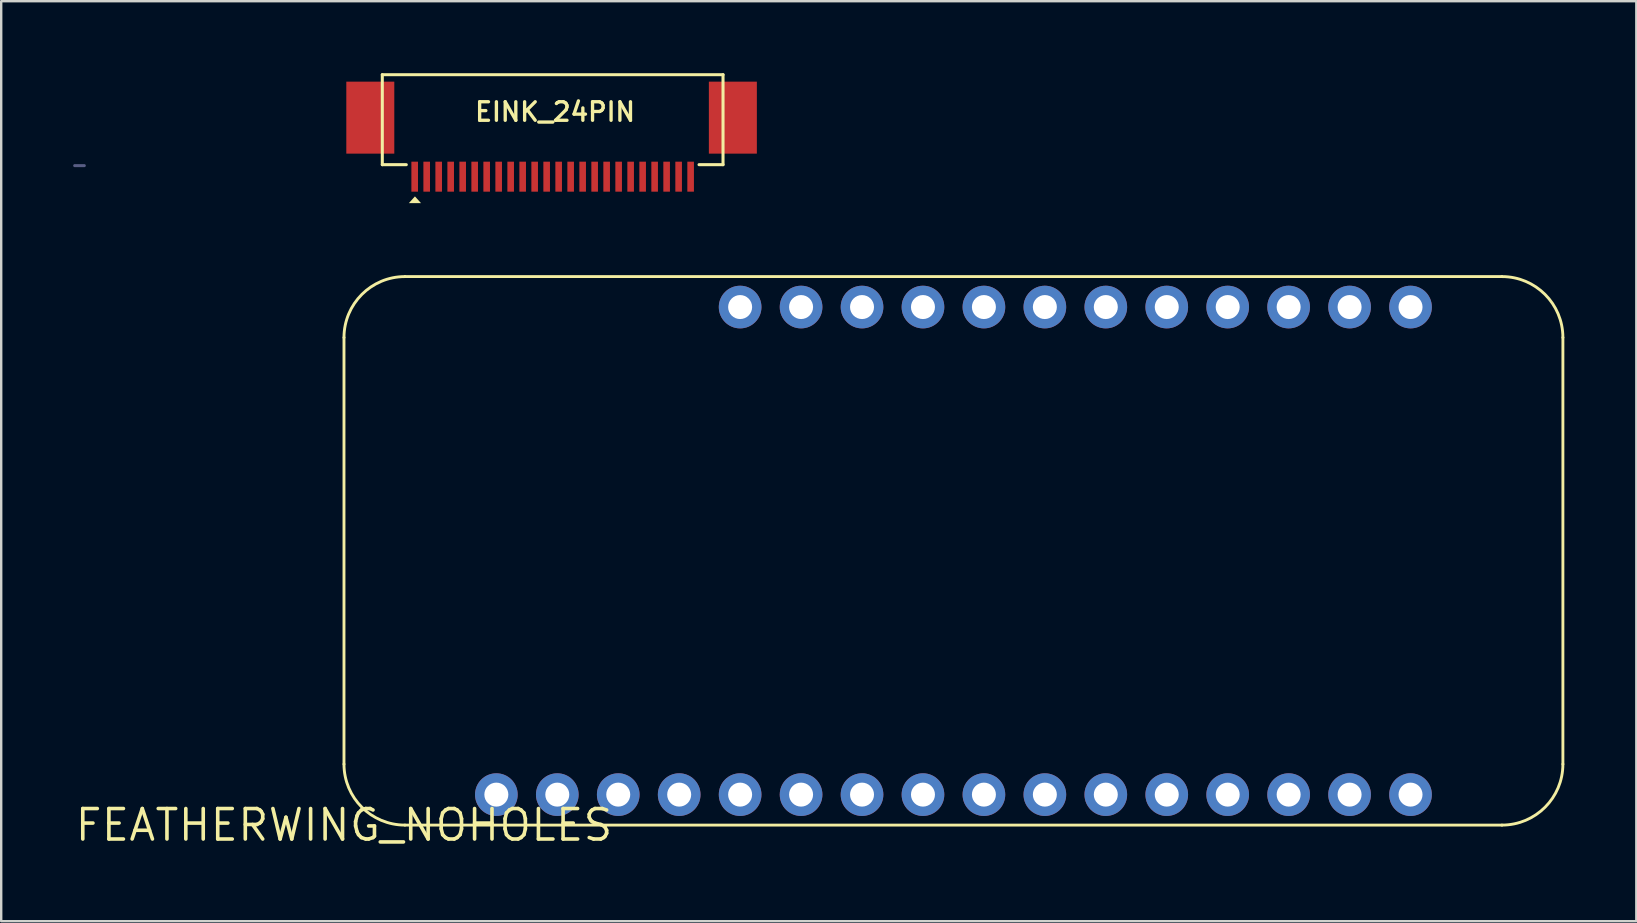
<source format=kicad_pcb>
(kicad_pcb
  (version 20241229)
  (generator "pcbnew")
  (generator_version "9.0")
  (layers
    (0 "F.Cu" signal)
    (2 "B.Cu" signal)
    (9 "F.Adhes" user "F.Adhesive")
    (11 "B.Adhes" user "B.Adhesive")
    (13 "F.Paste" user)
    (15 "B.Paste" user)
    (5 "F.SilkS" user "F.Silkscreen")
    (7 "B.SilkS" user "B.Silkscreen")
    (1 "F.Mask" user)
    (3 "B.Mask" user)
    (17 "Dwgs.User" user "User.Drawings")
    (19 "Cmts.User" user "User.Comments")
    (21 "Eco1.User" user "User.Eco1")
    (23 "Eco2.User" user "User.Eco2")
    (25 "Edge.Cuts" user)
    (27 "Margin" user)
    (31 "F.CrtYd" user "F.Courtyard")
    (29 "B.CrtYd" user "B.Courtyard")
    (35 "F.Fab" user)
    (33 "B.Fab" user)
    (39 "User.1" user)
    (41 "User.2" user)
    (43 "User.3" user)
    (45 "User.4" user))
  (footprint "EINK_24PIN"
    (layer "F.Cu")
    (at 19.983 2.063)
    (property "Reference" "EINK_24PIN" (at 0.1 -0.45 180) (layer "F.SilkS") (effects (font (size 0.772 0.772) (thickness 0.139))))
    (attr through_hole)
    (fp_line (start -7.1 -2) (end 7.1 -2) (stroke (width 0.127) (type solid)) (layer "F.SilkS"))
    (fp_line (start -7.1 1.75) (end -7.1 -2) (stroke (width 0.127) (type solid)) (layer "F.SilkS"))
    (fp_line (start -6.1 1.75) (end -7.1 1.75) (stroke (width 0.127) (type solid)) (layer "F.SilkS"))
    (fp_line (start 7.1 -2) (end 7.1 1.75) (stroke (width 0.127) (type solid)) (layer "F.SilkS"))
    (fp_line (start 7.1 1.75) (end 6.1 1.75) (stroke (width 0.127) (type solid)) (layer "F.SilkS"))
    (fp_poly (pts (xy -5.994 3.353) (xy -5.486 3.353) (xy -5.74 3.072)) (stroke (width 0) (type solid)) (fill yes) (layer "F.SilkS"))
    (fp_line (start -19.92 1.79) (end -19.52 1.79) (stroke (width 0.127) (type solid)) (layer "B.Fab"))
    (pad "1" smd rect (at -5.75 2.25) (size 0.275 1.25) (layers "F.Cu" "F.Mask" "F.Paste"))
    (pad "2" smd rect (at -5.25 2.25) (size 0.275 1.25) (layers "F.Cu" "F.Mask" "F.Paste"))
    (pad "3" smd rect (at -4.75 2.25) (size 0.275 1.25) (layers "F.Cu" "F.Mask" "F.Paste"))
    (pad "4" smd rect (at -4.25 2.25) (size 0.275 1.25) (layers "F.Cu" "F.Mask" "F.Paste"))
    (pad "5" smd rect (at -3.75 2.25) (size 0.275 1.25) (layers "F.Cu" "F.Mask" "F.Paste"))
    (pad "6" smd rect (at -3.25 2.25) (size 0.275 1.25) (layers "F.Cu" "F.Mask" "F.Paste"))
    (pad "7" smd rect (at -2.75 2.25) (size 0.275 1.25) (layers "F.Cu" "F.Mask" "F.Paste"))
    (pad "8" smd rect (at -2.25 2.25) (size 0.275 1.25) (layers "F.Cu" "F.Mask" "F.Paste"))
    (pad "9" smd rect (at -1.75 2.25) (size 0.275 1.25) (layers "F.Cu" "F.Mask" "F.Paste"))
    (pad "10" smd rect (at -1.25 2.25) (size 0.275 1.25) (layers "F.Cu" "F.Mask" "F.Paste"))
    (pad "11" smd rect (at -0.75 2.25) (size 0.275 1.25) (layers "F.Cu" "F.Mask" "F.Paste"))
    (pad "12" smd rect (at -0.25 2.25) (size 0.275 1.25) (layers "F.Cu" "F.Mask" "F.Paste"))
    (pad "13" smd rect (at 0.25 2.25) (size 0.275 1.25) (layers "F.Cu" "F.Mask" "F.Paste"))
    (pad "14" smd rect (at 0.75 2.25) (size 0.275 1.25) (layers "F.Cu" "F.Mask" "F.Paste"))
    (pad "15" smd rect (at 1.25 2.25) (size 0.275 1.25) (layers "F.Cu" "F.Mask" "F.Paste"))
    (pad "16" smd rect (at 1.75 2.25) (size 0.275 1.25) (layers "F.Cu" "F.Mask" "F.Paste"))
    (pad "17" smd rect (at 2.25 2.25) (size 0.275 1.25) (layers "F.Cu" "F.Mask" "F.Paste"))
    (pad "18" smd rect (at 2.75 2.25) (size 0.275 1.25) (layers "F.Cu" "F.Mask" "F.Paste"))
    (pad "19" smd rect (at 3.25 2.25) (size 0.275 1.25) (layers "F.Cu" "F.Mask" "F.Paste"))
    (pad "20" smd rect (at 3.75 2.25) (size 0.275 1.25) (layers "F.Cu" "F.Mask" "F.Paste"))
    (pad "21" smd rect (at 4.25 2.25) (size 0.275 1.25) (layers "F.Cu" "F.Mask" "F.Paste"))
    (pad "22" smd rect (at 4.75 2.25) (size 0.275 1.25) (layers "F.Cu" "F.Mask" "F.Paste"))
    (pad "23" smd rect (at 5.25 2.25) (size 0.275 1.25) (layers "F.Cu" "F.Mask" "F.Paste"))
    (pad "24" smd rect (at 5.75 2.25) (size 0.275 1.25) (layers "F.Cu" "F.Mask" "F.Paste"))
    (pad "SPRT1" smd rect (at -7.6 -0.21 270) (size 3 2) (layers "F.Cu" "F.Mask" "F.Paste"))
    (pad "SPRT2" smd rect (at 7.51 -0.21 270) (size 3 2) (layers "F.Cu" "F.Mask" "F.Paste")))
  (footprint "FEATHERWING_NOHOLES"
    (layer "F.Cu")
    (at 11.286 31.337)
    (property "Reference" "FEATHERWING_NOHOLES" (at 0 0 0) (layer "F.SilkS") (effects (font (size 1.27 1.27) (thickness 0.15))))
    (attr through_hole)
    (fp_line (start 0 -20.32) (end 0 -2.54) (stroke (width 0.12) (type solid)) (layer "F.SilkS"))
    (fp_line (start 2.54 0) (end 48.26 0) (stroke (width 0.12) (type solid)) (layer "F.SilkS"))
    (fp_line (start 48.26 -22.86) (end 2.54 -22.86) (stroke (width 0.12) (type solid)) (layer "F.SilkS"))
    (fp_line (start 50.8 -2.54) (end 50.8 -20.32) (stroke (width 0.12) (type solid)) (layer "F.SilkS"))
    (fp_arc (start 0 -20.32) (mid 0.743949 -22.116051) (end 2.54 -22.86) (stroke (width 0.12) (type solid)) (layer "F.SilkS"))
    (fp_arc (start 2.54 0) (mid 0.743949 -0.743949) (end 0 -2.54) (stroke (width 0.12) (type solid)) (layer "F.SilkS"))
    (fp_arc (start 48.26 -22.86) (mid 50.056051 -22.116051) (end 50.8 -20.32) (stroke (width 0.12) (type solid)) (layer "F.SilkS"))
    (fp_arc (start 50.8 -2.54) (mid 50.056051 -0.743949) (end 48.26 0) (stroke (width 0.12) (type solid)) (layer "F.SilkS"))
    (pad "1" thru_hole circle (at 6.35 -1.27) (size 1.778 1.778) (drill 1) (layers "*.Cu" "*.Mask"))
    (pad "2" thru_hole circle (at 8.89 -1.27) (size 1.778 1.778) (drill 1) (layers "*.Cu" "*.Mask"))
    (pad "3" thru_hole circle (at 11.43 -1.27) (size 1.778 1.778) (drill 1) (layers "*.Cu" "*.Mask"))
    (pad "4" thru_hole circle (at 13.97 -1.27) (size 1.778 1.778) (drill 1) (layers "*.Cu" "*.Mask"))
    (pad "5" thru_hole circle (at 16.51 -1.27) (size 1.778 1.778) (drill 1) (layers "*.Cu" "*.Mask"))
    (pad "6" thru_hole circle (at 19.05 -1.27) (size 1.778 1.778) (drill 1) (layers "*.Cu" "*.Mask"))
    (pad "7" thru_hole circle (at 21.59 -1.27) (size 1.778 1.778) (drill 1) (layers "*.Cu" "*.Mask"))
    (pad "8" thru_hole circle (at 24.13 -1.27) (size 1.778 1.778) (drill 1) (layers "*.Cu" "*.Mask"))
    (pad "9" thru_hole circle (at 26.67 -1.27) (size 1.778 1.778) (drill 1) (layers "*.Cu" "*.Mask"))
    (pad "10" thru_hole circle (at 29.21 -1.27) (size 1.778 1.778) (drill 1) (layers "*.Cu" "*.Mask"))
    (pad "11" thru_hole circle (at 31.75 -1.27) (size 1.778 1.778) (drill 1) (layers "*.Cu" "*.Mask"))
    (pad "12" thru_hole circle (at 34.29 -1.27) (size 1.778 1.778) (drill 1) (layers "*.Cu" "*.Mask"))
    (pad "13" thru_hole circle (at 36.83 -1.27) (size 1.778 1.778) (drill 1) (layers "*.Cu" "*.Mask"))
    (pad "14" thru_hole circle (at 39.37 -1.27) (size 1.778 1.778) (drill 1) (layers "*.Cu" "*.Mask"))
    (pad "15" thru_hole circle (at 41.91 -1.27) (size 1.778 1.778) (drill 1) (layers "*.Cu" "*.Mask"))
    (pad "16" thru_hole circle (at 44.45 -1.27) (size 1.778 1.778) (drill 1) (layers "*.Cu" "*.Mask"))
    (pad "17" thru_hole circle (at 44.45 -21.59) (size 1.778 1.778) (drill 1) (layers "*.Cu" "*.Mask"))
    (pad "18" thru_hole circle (at 41.91 -21.59) (size 1.778 1.778) (drill 1) (layers "*.Cu" "*.Mask"))
    (pad "19" thru_hole circle (at 39.37 -21.59) (size 1.778 1.778) (drill 1) (layers "*.Cu" "*.Mask"))
    (pad "20" thru_hole circle (at 36.83 -21.59) (size 1.778 1.778) (drill 1) (layers "*.Cu" "*.Mask"))
    (pad "21" thru_hole circle (at 34.29 -21.59) (size 1.778 1.778) (drill 1) (layers "*.Cu" "*.Mask"))
    (pad "22" thru_hole circle (at 31.75 -21.59) (size 1.778 1.778) (drill 1) (layers "*.Cu" "*.Mask"))
    (pad "23" thru_hole circle (at 29.21 -21.59) (size 1.778 1.778) (drill 1) (layers "*.Cu" "*.Mask"))
    (pad "24" thru_hole circle (at 26.67 -21.59) (size 1.778 1.778) (drill 1) (layers "*.Cu" "*.Mask"))
    (pad "25" thru_hole circle (at 24.13 -21.59) (size 1.778 1.778) (drill 1) (layers "*.Cu" "*.Mask"))
    (pad "26" thru_hole circle (at 21.59 -21.59) (size 1.778 1.778) (drill 1) (layers "*.Cu" "*.Mask"))
    (pad "27" thru_hole circle (at 19.05 -21.59) (size 1.778 1.778) (drill 1) (layers "*.Cu" "*.Mask"))
    (pad "28" thru_hole circle (at 16.51 -21.59) (size 1.778 1.778) (drill 1) (layers "*.Cu" "*.Mask")))
  (gr_rect
    (start -3 -3)
    (end 65.146 35.343)
    (stroke (width 0.1) (type default))
    (fill no)
    (layer "Edge.Cuts")))
</source>
